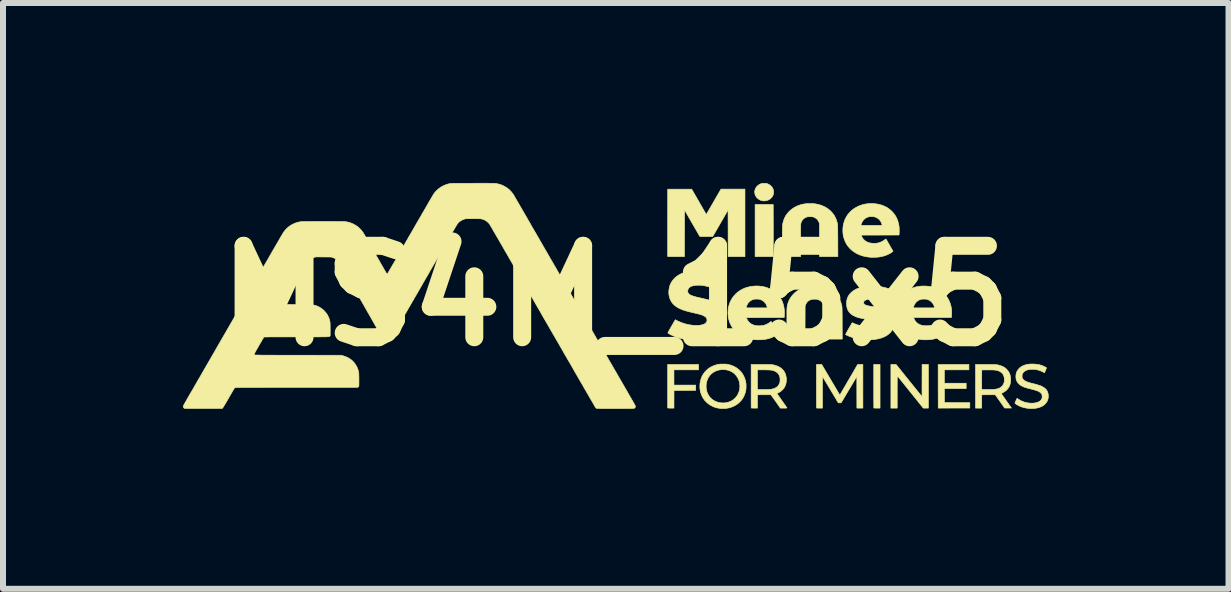
<source format=kicad_pcb>
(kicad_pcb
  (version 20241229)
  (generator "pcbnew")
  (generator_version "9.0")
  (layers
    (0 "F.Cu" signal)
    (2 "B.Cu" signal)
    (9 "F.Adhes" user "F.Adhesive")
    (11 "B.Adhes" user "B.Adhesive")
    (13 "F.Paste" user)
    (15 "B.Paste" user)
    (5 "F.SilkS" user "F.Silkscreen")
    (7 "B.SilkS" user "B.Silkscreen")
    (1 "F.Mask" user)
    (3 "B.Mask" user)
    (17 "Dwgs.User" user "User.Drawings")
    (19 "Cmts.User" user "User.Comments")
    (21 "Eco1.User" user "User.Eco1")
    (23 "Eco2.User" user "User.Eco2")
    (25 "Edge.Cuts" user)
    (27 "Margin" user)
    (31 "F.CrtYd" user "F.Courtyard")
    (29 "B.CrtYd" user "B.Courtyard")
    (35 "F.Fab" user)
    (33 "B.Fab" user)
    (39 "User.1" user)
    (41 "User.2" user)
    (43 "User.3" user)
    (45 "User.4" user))
  (footprint "MS4M_15x5"
    (layer "F.Cu")
    (at 7.216 1.883)
    (property "Reference" "MS4M_15x5" (at 0 0 0) (layer "F.SilkS") (effects (font (size 1.524 1.524) (thickness 0.3))))
    (attr through_hole)
    (fp_poly (pts (xy 5.212 1.871) (xy 5.127 1.871) (xy 4.91 1.601) (xy 4.693 1.331) (xy 4.692 1.601) (xy 4.692 1.871) (xy 4.587 1.871) (xy 4.587 1.143) (xy 4.673 1.143) (xy 4.889 1.412) (xy 5.106 1.681) (xy 5.106 1.412) (xy 5.107 1.143) (xy 5.212 1.143) (xy 5.212 1.871)) (stroke (width 0.01) (type solid)) (fill yes) (layer "F.SilkS"))
    (fp_poly (pts (xy 4.406 1.871) (xy 4.355 1.871) (xy 4.34 1.871) (xy 4.326 1.871) (xy 4.315 1.87) (xy 4.307 1.87) (xy 4.303 1.869) (xy 4.303 1.869) (xy 4.302 1.867) (xy 4.302 1.859) (xy 4.302 1.848) (xy 4.302 1.832) (xy 4.302 1.813) (xy 4.302 1.79) (xy 4.301 1.764) (xy 4.301 1.734) (xy 4.301 1.702) (xy 4.301 1.668) (xy 4.301 1.631) (xy 4.301 1.593) (xy 4.301 1.553) (xy 4.301 1.511) (xy 4.301 1.143) (xy 4.406 1.143) (xy 4.406 1.871)) (stroke (width 0.01) (type solid)) (fill yes) (layer "F.SilkS"))
    (fp_poly (pts (xy 1.38 1.233) (xy 0.97 1.233) (xy 0.97 1.487) (xy 1.333 1.487) (xy 1.333 1.575) (xy 0.971 1.577) (xy 0.97 1.871) (xy 0.919 1.871) (xy 0.903 1.871) (xy 0.89 1.871) (xy 0.879 1.87) (xy 0.871 1.87) (xy 0.867 1.869) (xy 0.866 1.869) (xy 0.866 1.867) (xy 0.866 1.859) (xy 0.866 1.848) (xy 0.865 1.832) (xy 0.865 1.813) (xy 0.865 1.79) (xy 0.865 1.764) (xy 0.865 1.734) (xy 0.865 1.702) (xy 0.865 1.668) (xy 0.865 1.631) (xy 0.865 1.593) (xy 0.865 1.553) (xy 0.865 1.511) (xy 0.865 1.505) (xy 0.865 1.143) (xy 1.38 1.143) (xy 1.38 1.233)) (stroke (width 0.01) (type solid)) (fill yes) (layer "F.SilkS"))
    (fp_poly (pts (xy 2.626 -1.093) (xy 2.626 -1.048) (xy 2.626 -1.004) (xy 2.626 -0.961) (xy 2.626 -0.92) (xy 2.626 -0.881) (xy 2.626 -0.844) (xy 2.626 -0.81) (xy 2.626 -0.779) (xy 2.626 -0.751) (xy 2.626 -0.726) (xy 2.626 -0.705) (xy 2.626 -0.687) (xy 2.626 -0.673) (xy 2.626 -0.664) (xy 2.626 -0.659) (xy 2.626 -0.659) (xy 2.625 -0.658) (xy 2.624 -0.657) (xy 2.622 -0.656) (xy 2.618 -0.656) (xy 2.612 -0.656) (xy 2.605 -0.655) (xy 2.594 -0.655) (xy 2.581 -0.655) (xy 2.564 -0.655) (xy 2.544 -0.655) (xy 2.52 -0.655) (xy 2.491 -0.655) (xy 2.474 -0.655) (xy 2.323 -0.655) (xy 2.323 -1.524) (xy 2.625 -1.524) (xy 2.626 -1.093)) (stroke (width 0.01) (type solid)) (fill yes) (layer "F.SilkS"))
    (fp_poly (pts (xy 2.488 -1.877) (xy 2.498 -1.876) (xy 2.507 -1.876) (xy 2.514 -1.874) (xy 2.521 -1.872) (xy 2.527 -1.87) (xy 2.552 -1.859) (xy 2.574 -1.845) (xy 2.593 -1.828) (xy 2.608 -1.809) (xy 2.62 -1.788) (xy 2.627 -1.768) (xy 2.631 -1.745) (xy 2.632 -1.73) (xy 2.63 -1.706) (xy 2.624 -1.684) (xy 2.615 -1.663) (xy 2.601 -1.644) (xy 2.588 -1.63) (xy 2.568 -1.613) (xy 2.546 -1.6) (xy 2.523 -1.591) (xy 2.516 -1.589) (xy 2.501 -1.586) (xy 2.484 -1.584) (xy 2.467 -1.584) (xy 2.452 -1.584) (xy 2.448 -1.585) (xy 2.421 -1.592) (xy 2.398 -1.602) (xy 2.377 -1.616) (xy 2.359 -1.631) (xy 2.342 -1.651) (xy 2.329 -1.673) (xy 2.321 -1.695) (xy 2.317 -1.719) (xy 2.316 -1.742) (xy 2.32 -1.764) (xy 2.328 -1.786) (xy 2.339 -1.807) (xy 2.354 -1.826) (xy 2.372 -1.843) (xy 2.394 -1.858) (xy 2.419 -1.869) (xy 2.422 -1.87) (xy 2.43 -1.873) (xy 2.438 -1.875) (xy 2.445 -1.876) (xy 2.455 -1.876) (xy 2.467 -1.877) (xy 2.474 -1.877) (xy 2.488 -1.877)) (stroke (width 0.01) (type solid)) (fill yes) (layer "F.SilkS"))
    (fp_poly (pts (xy 5.888 1.233) (xy 5.478 1.233) (xy 5.478 1.456) (xy 5.842 1.456) (xy 5.842 1.546) (xy 5.478 1.546) (xy 5.479 1.663) (xy 5.479 1.779) (xy 5.684 1.78) (xy 5.716 1.78) (xy 5.746 1.78) (xy 5.774 1.78) (xy 5.801 1.78) (xy 5.825 1.78) (xy 5.846 1.78) (xy 5.864 1.78) (xy 5.878 1.78) (xy 5.889 1.78) (xy 5.895 1.78) (xy 5.896 1.78) (xy 5.903 1.78) (xy 5.903 1.825) (xy 5.902 1.87) (xy 5.639 1.87) (xy 5.376 1.871) (xy 5.375 1.509) (xy 5.375 1.468) (xy 5.375 1.427) (xy 5.375 1.389) (xy 5.375 1.352) (xy 5.375 1.317) (xy 5.375 1.285) (xy 5.375 1.255) (xy 5.375 1.228) (xy 5.375 1.205) (xy 5.375 1.185) (xy 5.375 1.169) (xy 5.375 1.157) (xy 5.375 1.149) (xy 5.375 1.146) (xy 5.375 1.145) (xy 5.378 1.145) (xy 5.385 1.145) (xy 5.397 1.144) (xy 5.414 1.144) (xy 5.436 1.144) (xy 5.463 1.143) (xy 5.494 1.143) (xy 5.53 1.143) (xy 5.57 1.143) (xy 5.615 1.143) (xy 5.632 1.143) (xy 5.888 1.143) (xy 5.888 1.233)) (stroke (width 0.01) (type solid)) (fill yes) (layer "F.SilkS"))
    (fp_poly (pts (xy 2.154 -0.655) (xy 1.873 -0.655) (xy 1.873 -1.043) (xy 1.872 -1.432) (xy 1.617 -0.99) (xy 1.402 -0.99) (xy 1.274 -1.211) (xy 1.147 -1.432) (xy 1.145 -0.655) (xy 1.006 -0.655) (xy 0.975 -0.655) (xy 0.949 -0.655) (xy 0.927 -0.655) (xy 0.909 -0.655) (xy 0.894 -0.655) (xy 0.883 -0.656) (xy 0.875 -0.656) (xy 0.87 -0.656) (xy 0.867 -0.657) (xy 0.866 -0.658) (xy 0.866 -0.66) (xy 0.866 -0.668) (xy 0.865 -0.679) (xy 0.865 -0.695) (xy 0.865 -0.716) (xy 0.865 -0.739) (xy 0.865 -0.767) (xy 0.865 -0.798) (xy 0.865 -0.832) (xy 0.865 -0.868) (xy 0.865 -0.908) (xy 0.865 -0.95) (xy 0.865 -0.994) (xy 0.865 -1.041) (xy 0.865 -1.089) (xy 0.865 -1.139) (xy 0.865 -1.19) (xy 0.865 -1.22) (xy 0.866 -1.779) (xy 1.266 -1.779) (xy 1.387 -1.569) (xy 1.404 -1.539) (xy 1.42 -1.511) (xy 1.436 -1.484) (xy 1.45 -1.459) (xy 1.463 -1.436) (xy 1.475 -1.416) (xy 1.486 -1.398) (xy 1.494 -1.383) (xy 1.501 -1.371) (xy 1.506 -1.363) (xy 1.509 -1.359) (xy 1.509 -1.358) (xy 1.511 -1.36) (xy 1.514 -1.366) (xy 1.52 -1.376) (xy 1.528 -1.389) (xy 1.537 -1.405) (xy 1.548 -1.424) (xy 1.561 -1.446) (xy 1.575 -1.469) (xy 1.589 -1.495) (xy 1.605 -1.522) (xy 1.622 -1.551) (xy 1.632 -1.569) (xy 1.754 -1.78) (xy 2.154 -1.78) (xy 2.154 -0.655)) (stroke (width 0.01) (type solid)) (fill yes) (layer "F.SilkS"))
    (fp_poly (pts (xy 3.578 1.388) (xy 3.597 1.42) (xy 3.615 1.451) (xy 3.633 1.48) (xy 3.649 1.508) (xy 3.665 1.534) (xy 3.679 1.558) (xy 3.692 1.58) (xy 3.703 1.599) (xy 3.712 1.615) (xy 3.72 1.627) (xy 3.725 1.636) (xy 3.729 1.642) (xy 3.729 1.643) (xy 3.736 1.653) (xy 3.885 1.398) (xy 4.033 1.143) (xy 4.077 1.143) (xy 4.12 1.143) (xy 4.12 1.871) (xy 4.02 1.871) (xy 4.019 1.607) (xy 4.019 1.343) (xy 3.896 1.55) (xy 3.878 1.58) (xy 3.861 1.608) (xy 3.845 1.635) (xy 3.83 1.661) (xy 3.816 1.684) (xy 3.803 1.706) (xy 3.792 1.725) (xy 3.782 1.741) (xy 3.774 1.754) (xy 3.769 1.763) (xy 3.765 1.769) (xy 3.764 1.77) (xy 3.756 1.783) (xy 3.71 1.783) (xy 3.58 1.566) (xy 3.562 1.536) (xy 3.545 1.507) (xy 3.529 1.48) (xy 3.513 1.455) (xy 3.499 1.431) (xy 3.486 1.41) (xy 3.475 1.392) (xy 3.466 1.376) (xy 3.458 1.364) (xy 3.452 1.355) (xy 3.449 1.35) (xy 3.448 1.348) (xy 3.448 1.351) (xy 3.447 1.358) (xy 3.447 1.369) (xy 3.447 1.384) (xy 3.447 1.403) (xy 3.447 1.425) (xy 3.446 1.45) (xy 3.446 1.477) (xy 3.446 1.508) (xy 3.446 1.54) (xy 3.446 1.574) (xy 3.446 1.609) (xy 3.446 1.871) (xy 3.398 1.871) (xy 3.383 1.871) (xy 3.37 1.871) (xy 3.359 1.87) (xy 3.351 1.87) (xy 3.348 1.869) (xy 3.348 1.869) (xy 3.347 1.867) (xy 3.347 1.859) (xy 3.347 1.848) (xy 3.347 1.832) (xy 3.347 1.813) (xy 3.347 1.79) (xy 3.346 1.764) (xy 3.346 1.734) (xy 3.346 1.702) (xy 3.346 1.668) (xy 3.346 1.631) (xy 3.346 1.593) (xy 3.346 1.553) (xy 3.346 1.511) (xy 3.346 1.143) (xy 3.433 1.143) (xy 3.578 1.388)) (stroke (width 0.01) (type solid)) (fill yes) (layer "F.SilkS"))
    (fp_poly (pts (xy 3.347 -0.164) (xy 3.379 -0.162) (xy 3.408 -0.159) (xy 3.436 -0.153) (xy 3.465 -0.146) (xy 3.489 -0.139) (xy 3.531 -0.123) (xy 3.571 -0.103) (xy 3.608 -0.079) (xy 3.642 -0.053) (xy 3.672 -0.023) (xy 3.699 0.009) (xy 3.722 0.044) (xy 3.742 0.081) (xy 3.757 0.121) (xy 3.76 0.131) (xy 3.762 0.139) (xy 3.764 0.146) (xy 3.766 0.152) (xy 3.767 0.159) (xy 3.769 0.165) (xy 3.77 0.172) (xy 3.771 0.18) (xy 3.772 0.189) (xy 3.772 0.199) (xy 3.773 0.211) (xy 3.773 0.225) (xy 3.774 0.242) (xy 3.774 0.261) (xy 3.774 0.283) (xy 3.775 0.308) (xy 3.775 0.337) (xy 3.775 0.369) (xy 3.775 0.406) (xy 3.775 0.448) (xy 3.775 0.457) (xy 3.776 0.72) (xy 3.471 0.72) (xy 3.47 0.443) (xy 3.469 0.165) (xy 3.464 0.15) (xy 3.452 0.126) (xy 3.437 0.104) (xy 3.418 0.086) (xy 3.396 0.072) (xy 3.371 0.061) (xy 3.367 0.059) (xy 3.357 0.057) (xy 3.344 0.056) (xy 3.328 0.055) (xy 3.311 0.055) (xy 3.295 0.055) (xy 3.28 0.056) (xy 3.269 0.058) (xy 3.265 0.058) (xy 3.25 0.063) (xy 3.234 0.071) (xy 3.218 0.079) (xy 3.206 0.088) (xy 3.192 0.102) (xy 3.18 0.119) (xy 3.169 0.138) (xy 3.163 0.152) (xy 3.157 0.172) (xy 3.156 0.446) (xy 3.155 0.72) (xy 2.853 0.72) (xy 2.853 0.465) (xy 2.853 0.422) (xy 2.853 0.384) (xy 2.853 0.35) (xy 2.853 0.32) (xy 2.853 0.293) (xy 2.853 0.27) (xy 2.853 0.25) (xy 2.854 0.233) (xy 2.854 0.218) (xy 2.855 0.205) (xy 2.856 0.194) (xy 2.857 0.184) (xy 2.858 0.175) (xy 2.859 0.167) (xy 2.86 0.16) (xy 2.862 0.153) (xy 2.864 0.146) (xy 2.866 0.138) (xy 2.867 0.133) (xy 2.881 0.093) (xy 2.899 0.055) (xy 2.922 0.019) (xy 2.948 -0.014) (xy 2.978 -0.045) (xy 3.011 -0.073) (xy 3.048 -0.097) (xy 3.085 -0.117) (xy 3.12 -0.132) (xy 3.156 -0.144) (xy 3.192 -0.154) (xy 3.23 -0.16) (xy 3.271 -0.163) (xy 3.312 -0.165) (xy 3.347 -0.164)) (stroke (width 0.01) (type solid)) (fill yes) (layer "F.SilkS"))
    (fp_poly (pts (xy 3.255 -1.539) (xy 3.275 -1.539) (xy 3.293 -1.538) (xy 3.308 -1.537) (xy 3.314 -1.536) (xy 3.362 -1.528) (xy 3.408 -1.516) (xy 3.451 -1.5) (xy 3.491 -1.481) (xy 3.529 -1.458) (xy 3.563 -1.432) (xy 3.594 -1.403) (xy 3.621 -1.371) (xy 3.645 -1.337) (xy 3.665 -1.299) (xy 3.681 -1.26) (xy 3.687 -1.238) (xy 3.689 -1.231) (xy 3.691 -1.224) (xy 3.693 -1.217) (xy 3.694 -1.21) (xy 3.696 -1.204) (xy 3.697 -1.197) (xy 3.698 -1.189) (xy 3.698 -1.18) (xy 3.699 -1.169) (xy 3.7 -1.157) (xy 3.7 -1.142) (xy 3.7 -1.126) (xy 3.701 -1.106) (xy 3.701 -1.084) (xy 3.701 -1.058) (xy 3.701 -1.029) (xy 3.702 -0.995) (xy 3.702 -0.958) (xy 3.702 -0.916) (xy 3.702 -0.915) (xy 3.703 -0.655) (xy 3.397 -0.655) (xy 3.397 -0.931) (xy 3.396 -1.208) (xy 3.39 -1.224) (xy 3.377 -1.25) (xy 3.362 -1.271) (xy 3.343 -1.289) (xy 3.322 -1.304) (xy 3.297 -1.314) (xy 3.296 -1.315) (xy 3.288 -1.317) (xy 3.281 -1.318) (xy 3.273 -1.319) (xy 3.263 -1.32) (xy 3.249 -1.32) (xy 3.24 -1.32) (xy 3.224 -1.32) (xy 3.212 -1.32) (xy 3.203 -1.319) (xy 3.195 -1.318) (xy 3.188 -1.316) (xy 3.184 -1.315) (xy 3.159 -1.304) (xy 3.137 -1.29) (xy 3.119 -1.273) (xy 3.103 -1.252) (xy 3.092 -1.228) (xy 3.087 -1.212) (xy 3.086 -1.209) (xy 3.086 -1.206) (xy 3.085 -1.202) (xy 3.084 -1.198) (xy 3.084 -1.193) (xy 3.084 -1.186) (xy 3.083 -1.178) (xy 3.083 -1.168) (xy 3.083 -1.156) (xy 3.083 -1.141) (xy 3.082 -1.124) (xy 3.082 -1.104) (xy 3.082 -1.08) (xy 3.082 -1.053) (xy 3.082 -1.022) (xy 3.082 -0.987) (xy 3.082 -0.948) (xy 3.082 -0.655) (xy 2.777 -0.655) (xy 2.777 -0.899) (xy 2.777 -0.941) (xy 2.777 -0.979) (xy 2.777 -1.013) (xy 2.777 -1.043) (xy 2.777 -1.069) (xy 2.778 -1.092) (xy 2.778 -1.112) (xy 2.778 -1.129) (xy 2.779 -1.144) (xy 2.779 -1.157) (xy 2.78 -1.168) (xy 2.781 -1.178) (xy 2.782 -1.187) (xy 2.783 -1.195) (xy 2.784 -1.203) (xy 2.786 -1.21) (xy 2.787 -1.216) (xy 2.795 -1.246) (xy 2.805 -1.276) (xy 2.818 -1.305) (xy 2.831 -1.332) (xy 2.836 -1.34) (xy 2.862 -1.375) (xy 2.891 -1.408) (xy 2.923 -1.437) (xy 2.959 -1.463) (xy 2.998 -1.486) (xy 3.039 -1.505) (xy 3.084 -1.52) (xy 3.131 -1.531) (xy 3.165 -1.536) (xy 3.178 -1.538) (xy 3.194 -1.539) (xy 3.213 -1.539) (xy 3.234 -1.539) (xy 3.255 -1.539)) (stroke (width 0.01) (type solid)) (fill yes) (layer "F.SilkS"))
    (fp_poly (pts (xy 1.807 1.137) (xy 1.823 1.137) (xy 1.835 1.138) (xy 1.845 1.138) (xy 1.854 1.139) (xy 1.862 1.14) (xy 1.87 1.142) (xy 1.873 1.143) (xy 1.917 1.154) (xy 1.958 1.17) (xy 1.996 1.189) (xy 2.03 1.212) (xy 2.061 1.238) (xy 2.089 1.267) (xy 2.113 1.3) (xy 2.134 1.336) (xy 2.15 1.374) (xy 2.163 1.416) (xy 2.168 1.437) (xy 2.17 1.453) (xy 2.172 1.473) (xy 2.173 1.495) (xy 2.172 1.518) (xy 2.172 1.54) (xy 2.17 1.561) (xy 2.168 1.578) (xy 2.167 1.583) (xy 2.155 1.625) (xy 2.14 1.664) (xy 2.121 1.701) (xy 2.098 1.735) (xy 2.071 1.765) (xy 2.042 1.792) (xy 2.009 1.816) (xy 1.973 1.836) (xy 1.934 1.853) (xy 1.893 1.866) (xy 1.849 1.874) (xy 1.839 1.876) (xy 1.825 1.877) (xy 1.808 1.877) (xy 1.789 1.878) (xy 1.77 1.878) (xy 1.752 1.877) (xy 1.737 1.876) (xy 1.735 1.875) (xy 1.692 1.868) (xy 1.651 1.857) (xy 1.613 1.841) (xy 1.577 1.822) (xy 1.543 1.799) (xy 1.513 1.773) (xy 1.485 1.744) (xy 1.461 1.711) (xy 1.441 1.676) (xy 1.425 1.639) (xy 1.413 1.602) (xy 1.408 1.581) (xy 1.405 1.561) (xy 1.403 1.541) (xy 1.402 1.518) (xy 1.402 1.506) (xy 1.402 1.503) (xy 1.506 1.503) (xy 1.507 1.533) (xy 1.513 1.57) (xy 1.522 1.605) (xy 1.536 1.637) (xy 1.554 1.668) (xy 1.575 1.695) (xy 1.6 1.719) (xy 1.628 1.74) (xy 1.659 1.757) (xy 1.693 1.77) (xy 1.712 1.776) (xy 1.747 1.782) (xy 1.784 1.785) (xy 1.821 1.783) (xy 1.835 1.782) (xy 1.871 1.774) (xy 1.905 1.762) (xy 1.937 1.746) (xy 1.965 1.727) (xy 1.991 1.704) (xy 2.013 1.678) (xy 2.032 1.649) (xy 2.047 1.618) (xy 2.059 1.585) (xy 2.066 1.549) (xy 2.069 1.512) (xy 2.069 1.507) (xy 2.066 1.469) (xy 2.06 1.433) (xy 2.049 1.399) (xy 2.034 1.368) (xy 2.016 1.339) (xy 1.994 1.313) (xy 1.97 1.29) (xy 1.942 1.27) (xy 1.911 1.254) (xy 1.878 1.241) (xy 1.843 1.233) (xy 1.806 1.229) (xy 1.789 1.228) (xy 1.751 1.231) (xy 1.714 1.237) (xy 1.679 1.248) (xy 1.647 1.262) (xy 1.617 1.281) (xy 1.59 1.303) (xy 1.566 1.329) (xy 1.562 1.335) (xy 1.542 1.364) (xy 1.527 1.396) (xy 1.516 1.431) (xy 1.509 1.466) (xy 1.506 1.503) (xy 1.402 1.503) (xy 1.404 1.463) (xy 1.411 1.421) (xy 1.422 1.381) (xy 1.437 1.343) (xy 1.457 1.307) (xy 1.482 1.273) (xy 1.486 1.268) (xy 1.514 1.238) (xy 1.545 1.212) (xy 1.579 1.19) (xy 1.616 1.171) (xy 1.657 1.155) (xy 1.699 1.143) (xy 1.702 1.143) (xy 1.711 1.141) (xy 1.719 1.139) (xy 1.728 1.138) (xy 1.737 1.138) (xy 1.749 1.137) (xy 1.763 1.137) (xy 1.781 1.137) (xy 1.788 1.137) (xy 1.807 1.137)) (stroke (width 0.01) (type solid)) (fill yes) (layer "F.SilkS"))
    (fp_poly (pts (xy 6.167 1.144) (xy 6.202 1.144) (xy 6.232 1.144) (xy 6.258 1.144) (xy 6.281 1.145) (xy 6.3 1.145) (xy 6.316 1.145) (xy 6.33 1.146) (xy 6.342 1.147) (xy 6.352 1.148) (xy 6.361 1.149) (xy 6.37 1.15) (xy 6.378 1.152) (xy 6.386 1.154) (xy 6.394 1.157) (xy 6.402 1.159) (xy 6.434 1.17) (xy 6.463 1.183) (xy 6.488 1.199) (xy 6.512 1.219) (xy 6.513 1.22) (xy 6.535 1.244) (xy 6.553 1.27) (xy 6.567 1.299) (xy 6.577 1.33) (xy 6.582 1.364) (xy 6.584 1.38) (xy 6.584 1.417) (xy 6.579 1.452) (xy 6.571 1.484) (xy 6.558 1.514) (xy 6.541 1.541) (xy 6.52 1.566) (xy 6.496 1.587) (xy 6.467 1.606) (xy 6.453 1.614) (xy 6.426 1.627) (xy 6.44 1.647) (xy 6.444 1.653) (xy 6.451 1.662) (xy 6.459 1.675) (xy 6.47 1.69) (xy 6.482 1.707) (xy 6.495 1.726) (xy 6.509 1.746) (xy 6.524 1.766) (xy 6.525 1.768) (xy 6.597 1.87) (xy 6.541 1.87) (xy 6.522 1.87) (xy 6.508 1.87) (xy 6.497 1.87) (xy 6.489 1.87) (xy 6.485 1.869) (xy 6.483 1.868) (xy 6.481 1.865) (xy 6.476 1.859) (xy 6.469 1.85) (xy 6.461 1.837) (xy 6.45 1.823) (xy 6.438 1.806) (xy 6.425 1.787) (xy 6.411 1.767) (xy 6.403 1.756) (xy 6.327 1.648) (xy 6.216 1.648) (xy 6.193 1.648) (xy 6.172 1.649) (xy 6.152 1.649) (xy 6.136 1.649) (xy 6.122 1.649) (xy 6.111 1.649) (xy 6.105 1.65) (xy 6.103 1.65) (xy 6.103 1.653) (xy 6.102 1.66) (xy 6.102 1.671) (xy 6.101 1.685) (xy 6.101 1.702) (xy 6.101 1.722) (xy 6.101 1.743) (xy 6.101 1.761) (xy 6.101 1.871) (xy 5.998 1.871) (xy 5.998 1.473) (xy 6.101 1.473) (xy 6.101 1.495) (xy 6.101 1.514) (xy 6.101 1.53) (xy 6.102 1.543) (xy 6.102 1.552) (xy 6.102 1.557) (xy 6.102 1.558) (xy 6.105 1.558) (xy 6.112 1.559) (xy 6.122 1.56) (xy 6.136 1.56) (xy 6.152 1.56) (xy 6.17 1.561) (xy 6.189 1.561) (xy 6.209 1.561) (xy 6.23 1.561) (xy 6.249 1.56) (xy 6.268 1.56) (xy 6.284 1.56) (xy 6.299 1.559) (xy 6.31 1.559) (xy 6.315 1.558) (xy 6.348 1.553) (xy 6.378 1.545) (xy 6.403 1.534) (xy 6.425 1.519) (xy 6.444 1.502) (xy 6.458 1.482) (xy 6.462 1.474) (xy 6.47 1.456) (xy 6.476 1.438) (xy 6.478 1.419) (xy 6.479 1.397) (xy 6.479 1.388) (xy 6.476 1.36) (xy 6.469 1.334) (xy 6.459 1.312) (xy 6.445 1.292) (xy 6.427 1.276) (xy 6.405 1.262) (xy 6.4 1.259) (xy 6.388 1.253) (xy 6.376 1.248) (xy 6.364 1.244) (xy 6.351 1.241) (xy 6.336 1.239) (xy 6.32 1.237) (xy 6.301 1.235) (xy 6.279 1.234) (xy 6.254 1.234) (xy 6.225 1.234) (xy 6.194 1.234) (xy 6.102 1.235) (xy 6.101 1.395) (xy 6.101 1.422) (xy 6.101 1.448) (xy 6.101 1.473) (xy 5.998 1.473) (xy 5.998 1.143) (xy 6.167 1.144)) (stroke (width 0.01) (type solid)) (fill yes) (layer "F.SilkS"))
    (fp_poly (pts (xy 4.298 -1.539) (xy 4.345 -1.534) (xy 4.392 -1.525) (xy 4.403 -1.522) (xy 4.447 -1.509) (xy 4.488 -1.491) (xy 4.528 -1.47) (xy 4.564 -1.444) (xy 4.597 -1.416) (xy 4.627 -1.384) (xy 4.653 -1.35) (xy 4.669 -1.324) (xy 4.687 -1.289) (xy 4.702 -1.251) (xy 4.713 -1.21) (xy 4.722 -1.168) (xy 4.722 -1.163) (xy 4.724 -1.148) (xy 4.725 -1.129) (xy 4.726 -1.108) (xy 4.726 -1.086) (xy 4.726 -1.065) (xy 4.725 -1.046) (xy 4.724 -1.032) (xy 4.722 -1.015) (xy 4.407 -1.014) (xy 4.093 -1.014) (xy 4.094 -1.007) (xy 4.098 -0.996) (xy 4.104 -0.983) (xy 4.111 -0.97) (xy 4.12 -0.957) (xy 4.123 -0.952) (xy 4.143 -0.931) (xy 4.165 -0.913) (xy 4.191 -0.898) (xy 4.22 -0.887) (xy 4.253 -0.88) (xy 4.278 -0.877) (xy 4.318 -0.876) (xy 4.356 -0.879) (xy 4.392 -0.887) (xy 4.426 -0.9) (xy 4.458 -0.917) (xy 4.489 -0.938) (xy 4.492 -0.941) (xy 4.498 -0.946) (xy 4.503 -0.949) (xy 4.505 -0.95) (xy 4.506 -0.948) (xy 4.509 -0.941) (xy 4.515 -0.932) (xy 4.522 -0.92) (xy 4.531 -0.904) (xy 4.541 -0.887) (xy 4.552 -0.868) (xy 4.563 -0.848) (xy 4.564 -0.846) (xy 4.623 -0.744) (xy 4.609 -0.733) (xy 4.578 -0.712) (xy 4.542 -0.693) (xy 4.503 -0.676) (xy 4.461 -0.663) (xy 4.417 -0.653) (xy 4.387 -0.648) (xy 4.372 -0.647) (xy 4.353 -0.645) (xy 4.332 -0.644) (xy 4.31 -0.644) (xy 4.288 -0.643) (xy 4.267 -0.643) (xy 4.249 -0.644) (xy 4.234 -0.645) (xy 4.182 -0.652) (xy 4.133 -0.662) (xy 4.086 -0.676) (xy 4.042 -0.694) (xy 4.001 -0.715) (xy 3.964 -0.739) (xy 3.929 -0.766) (xy 3.898 -0.797) (xy 3.87 -0.83) (xy 3.846 -0.865) (xy 3.826 -0.904) (xy 3.81 -0.944) (xy 3.797 -0.987) (xy 3.789 -1.032) (xy 3.786 -1.079) (xy 3.786 -1.093) (xy 3.788 -1.141) (xy 3.793 -1.175) (xy 4.086 -1.175) (xy 4.263 -1.175) (xy 4.297 -1.175) (xy 4.326 -1.175) (xy 4.351 -1.175) (xy 4.372 -1.175) (xy 4.389 -1.175) (xy 4.403 -1.175) (xy 4.415 -1.175) (xy 4.423 -1.176) (xy 4.43 -1.176) (xy 4.434 -1.176) (xy 4.437 -1.177) (xy 4.439 -1.177) (xy 4.44 -1.178) (xy 4.44 -1.179) (xy 4.44 -1.18) (xy 4.439 -1.186) (xy 4.437 -1.195) (xy 4.433 -1.207) (xy 4.428 -1.218) (xy 4.424 -1.229) (xy 4.42 -1.237) (xy 4.404 -1.26) (xy 4.385 -1.28) (xy 4.362 -1.297) (xy 4.337 -1.31) (xy 4.316 -1.317) (xy 4.301 -1.32) (xy 4.282 -1.322) (xy 4.262 -1.322) (xy 4.242 -1.322) (xy 4.225 -1.32) (xy 4.217 -1.318) (xy 4.189 -1.309) (xy 4.165 -1.296) (xy 4.143 -1.279) (xy 4.124 -1.258) (xy 4.108 -1.234) (xy 4.096 -1.207) (xy 4.091 -1.192) (xy 4.086 -1.175) (xy 3.793 -1.175) (xy 3.795 -1.187) (xy 3.806 -1.231) (xy 3.821 -1.273) (xy 3.841 -1.312) (xy 3.864 -1.35) (xy 3.892 -1.384) (xy 3.923 -1.416) (xy 3.958 -1.445) (xy 3.996 -1.47) (xy 4.038 -1.492) (xy 4.068 -1.505) (xy 4.11 -1.519) (xy 4.155 -1.53) (xy 4.202 -1.537) (xy 4.25 -1.54) (xy 4.298 -1.539)) (stroke (width 0.01) (type solid)) (fill yes) (layer "F.SilkS"))
    (fp_poly (pts (xy 2.428 1.144) (xy 2.462 1.144) (xy 2.492 1.144) (xy 2.517 1.144) (xy 2.539 1.145) (xy 2.557 1.145) (xy 2.572 1.145) (xy 2.584 1.146) (xy 2.595 1.146) (xy 2.603 1.147) (xy 2.61 1.147) (xy 2.615 1.148) (xy 2.62 1.149) (xy 2.621 1.149) (xy 2.66 1.158) (xy 2.696 1.171) (xy 2.727 1.186) (xy 2.755 1.204) (xy 2.779 1.225) (xy 2.798 1.246) (xy 2.815 1.273) (xy 2.828 1.302) (xy 2.837 1.333) (xy 2.843 1.365) (xy 2.845 1.398) (xy 2.843 1.431) (xy 2.837 1.463) (xy 2.827 1.494) (xy 2.813 1.523) (xy 2.811 1.527) (xy 2.797 1.547) (xy 2.78 1.566) (xy 2.76 1.584) (xy 2.738 1.6) (xy 2.717 1.613) (xy 2.704 1.618) (xy 2.695 1.622) (xy 2.689 1.626) (xy 2.688 1.628) (xy 2.688 1.628) (xy 2.689 1.631) (xy 2.693 1.637) (xy 2.7 1.646) (xy 2.708 1.658) (xy 2.719 1.673) (xy 2.731 1.69) (xy 2.744 1.709) (xy 2.758 1.729) (xy 2.771 1.747) (xy 2.786 1.769) (xy 2.8 1.789) (xy 2.813 1.807) (xy 2.825 1.824) (xy 2.835 1.839) (xy 2.843 1.85) (xy 2.849 1.859) (xy 2.853 1.865) (xy 2.854 1.867) (xy 2.854 1.868) (xy 2.853 1.869) (xy 2.849 1.87) (xy 2.843 1.87) (xy 2.834 1.871) (xy 2.821 1.871) (xy 2.804 1.871) (xy 2.8 1.871) (xy 2.744 1.871) (xy 2.666 1.759) (xy 2.651 1.738) (xy 2.637 1.719) (xy 2.624 1.701) (xy 2.613 1.685) (xy 2.603 1.672) (xy 2.595 1.661) (xy 2.589 1.653) (xy 2.585 1.648) (xy 2.584 1.648) (xy 2.581 1.648) (xy 2.574 1.648) (xy 2.563 1.648) (xy 2.548 1.648) (xy 2.531 1.648) (xy 2.511 1.648) (xy 2.489 1.648) (xy 2.472 1.648) (xy 2.362 1.649) (xy 2.362 1.871) (xy 2.311 1.871) (xy 2.296 1.871) (xy 2.282 1.871) (xy 2.271 1.87) (xy 2.263 1.87) (xy 2.259 1.869) (xy 2.258 1.869) (xy 2.258 1.867) (xy 2.258 1.859) (xy 2.258 1.848) (xy 2.258 1.832) (xy 2.257 1.813) (xy 2.257 1.79) (xy 2.257 1.764) (xy 2.257 1.734) (xy 2.257 1.702) (xy 2.257 1.668) (xy 2.257 1.631) (xy 2.257 1.593) (xy 2.257 1.553) (xy 2.257 1.511) (xy 2.257 1.233) (xy 2.362 1.233) (xy 2.362 1.561) (xy 2.457 1.561) (xy 2.479 1.561) (xy 2.501 1.56) (xy 2.521 1.56) (xy 2.54 1.56) (xy 2.555 1.559) (xy 2.568 1.559) (xy 2.576 1.558) (xy 2.576 1.558) (xy 2.61 1.553) (xy 2.639 1.544) (xy 2.665 1.533) (xy 2.687 1.518) (xy 2.706 1.5) (xy 2.72 1.48) (xy 2.731 1.456) (xy 2.732 1.452) (xy 2.735 1.443) (xy 2.737 1.435) (xy 2.738 1.427) (xy 2.739 1.416) (xy 2.739 1.403) (xy 2.739 1.399) (xy 2.739 1.381) (xy 2.738 1.366) (xy 2.735 1.353) (xy 2.732 1.341) (xy 2.727 1.328) (xy 2.724 1.321) (xy 2.711 1.301) (xy 2.695 1.283) (xy 2.675 1.267) (xy 2.652 1.255) (xy 2.626 1.245) (xy 2.619 1.243) (xy 2.609 1.241) (xy 2.598 1.239) (xy 2.586 1.237) (xy 2.573 1.236) (xy 2.558 1.235) (xy 2.54 1.234) (xy 2.519 1.234) (xy 2.494 1.233) (xy 2.465 1.233) (xy 2.457 1.233) (xy 2.362 1.233) (xy 2.257 1.233) (xy 2.257 1.143) (xy 2.428 1.144)) (stroke (width 0.01) (type solid)) (fill yes) (layer "F.SilkS"))
    (fp_poly (pts (xy 2.385 -0.164) (xy 2.432 -0.159) (xy 2.478 -0.15) (xy 2.522 -0.137) (xy 2.565 -0.12) (xy 2.605 -0.1) (xy 2.623 -0.089) (xy 2.659 -0.062) (xy 2.692 -0.033) (xy 2.721 -0.000302) (xy 2.745 0.035) (xy 2.767 0.073) (xy 2.784 0.114) (xy 2.797 0.157) (xy 2.806 0.202) (xy 2.811 0.25) (xy 2.812 0.3) (xy 2.81 0.335) (xy 2.808 0.361) (xy 2.493 0.361) (xy 2.446 0.361) (xy 2.403 0.361) (xy 2.365 0.362) (xy 2.331 0.362) (xy 2.301 0.362) (xy 2.275 0.362) (xy 2.253 0.362) (xy 2.234 0.362) (xy 2.218 0.362) (xy 2.205 0.363) (xy 2.195 0.363) (xy 2.188 0.363) (xy 2.183 0.364) (xy 2.18 0.364) (xy 2.179 0.364) (xy 2.179 0.365) (xy 2.18 0.37) (xy 2.183 0.378) (xy 2.188 0.388) (xy 2.193 0.398) (xy 2.198 0.408) (xy 2.202 0.414) (xy 2.221 0.437) (xy 2.243 0.457) (xy 2.268 0.473) (xy 2.296 0.485) (xy 2.327 0.493) (xy 2.361 0.498) (xy 2.363 0.498) (xy 2.403 0.499) (xy 2.441 0.495) (xy 2.477 0.488) (xy 2.51 0.476) (xy 2.541 0.46) (xy 2.571 0.44) (xy 2.575 0.436) (xy 2.582 0.431) (xy 2.587 0.427) (xy 2.59 0.425) (xy 2.59 0.425) (xy 2.591 0.428) (xy 2.595 0.434) (xy 2.6 0.443) (xy 2.607 0.455) (xy 2.616 0.471) (xy 2.626 0.488) (xy 2.637 0.507) (xy 2.649 0.527) (xy 2.65 0.529) (xy 2.709 0.631) (xy 2.703 0.636) (xy 2.67 0.659) (xy 2.633 0.679) (xy 2.594 0.697) (xy 2.552 0.711) (xy 2.508 0.721) (xy 2.491 0.724) (xy 2.467 0.727) (xy 2.441 0.73) (xy 2.413 0.731) (xy 2.386 0.732) (xy 2.361 0.732) (xy 2.338 0.731) (xy 2.334 0.731) (xy 2.279 0.725) (xy 2.229 0.715) (xy 2.181 0.702) (xy 2.137 0.685) (xy 2.095 0.665) (xy 2.056 0.641) (xy 2.02 0.613) (xy 2.014 0.608) (xy 1.983 0.578) (xy 1.955 0.544) (xy 1.931 0.507) (xy 1.91 0.468) (xy 1.894 0.427) (xy 1.882 0.385) (xy 1.881 0.381) (xy 1.876 0.352) (xy 1.873 0.32) (xy 1.871 0.287) (xy 1.872 0.254) (xy 1.874 0.223) (xy 1.877 0.204) (xy 1.88 0.191) (xy 2.173 0.191) (xy 2.174 0.193) (xy 2.175 0.195) (xy 2.179 0.197) (xy 2.184 0.198) (xy 2.191 0.199) (xy 2.201 0.2) (xy 2.214 0.2) (xy 2.229 0.2) (xy 2.249 0.2) (xy 2.272 0.2) (xy 2.299 0.2) (xy 2.331 0.2) (xy 2.35 0.2) (xy 2.527 0.2) (xy 2.525 0.191) (xy 2.516 0.162) (xy 2.504 0.136) (xy 2.488 0.113) (xy 2.468 0.093) (xy 2.445 0.077) (xy 2.42 0.064) (xy 2.401 0.058) (xy 2.386 0.055) (xy 2.367 0.053) (xy 2.348 0.053) (xy 2.328 0.053) (xy 2.311 0.055) (xy 2.302 0.057) (xy 2.275 0.066) (xy 2.25 0.079) (xy 2.228 0.096) (xy 2.209 0.117) (xy 2.194 0.141) (xy 2.181 0.168) (xy 2.179 0.176) (xy 2.177 0.18) (xy 2.175 0.184) (xy 2.174 0.188) (xy 2.173 0.191) (xy 1.88 0.191) (xy 1.887 0.158) (xy 1.902 0.114) (xy 1.921 0.073) (xy 1.944 0.034) (xy 1.971 -0.001) (xy 2.001 -0.034) (xy 2.035 -0.064) (xy 2.073 -0.09) (xy 2.112 -0.112) (xy 2.154 -0.131) (xy 2.199 -0.145) (xy 2.244 -0.156) (xy 2.291 -0.162) (xy 2.338 -0.165) (xy 2.385 -0.164)) (stroke (width 0.01) (type solid)) (fill yes) (layer "F.SilkS"))
    (fp_poly (pts (xy 5.156 -0.164) (xy 5.18 -0.163) (xy 5.202 -0.161) (xy 5.213 -0.16) (xy 5.262 -0.151) (xy 5.308 -0.138) (xy 5.352 -0.121) (xy 5.392 -0.101) (xy 5.429 -0.077) (xy 5.463 -0.049) (xy 5.493 -0.019) (xy 5.52 0.015) (xy 5.544 0.053) (xy 5.563 0.093) (xy 5.579 0.135) (xy 5.591 0.181) (xy 5.598 0.225) (xy 5.599 0.233) (xy 5.599 0.244) (xy 5.599 0.258) (xy 5.6 0.273) (xy 5.6 0.29) (xy 5.599 0.306) (xy 5.599 0.321) (xy 5.599 0.335) (xy 5.598 0.346) (xy 5.597 0.355) (xy 5.597 0.359) (xy 5.597 0.359) (xy 5.594 0.359) (xy 5.587 0.36) (xy 5.575 0.36) (xy 5.559 0.36) (xy 5.538 0.361) (xy 5.513 0.361) (xy 5.482 0.361) (xy 5.447 0.361) (xy 5.407 0.361) (xy 5.363 0.361) (xy 5.313 0.361) (xy 5.28 0.361) (xy 4.965 0.361) (xy 4.969 0.371) (xy 4.978 0.391) (xy 4.989 0.412) (xy 5.003 0.431) (xy 5.018 0.446) (xy 5.021 0.449) (xy 5.044 0.466) (xy 5.069 0.479) (xy 5.096 0.489) (xy 5.126 0.495) (xy 5.16 0.498) (xy 5.179 0.498) (xy 5.214 0.497) (xy 5.245 0.493) (xy 5.274 0.486) (xy 5.302 0.475) (xy 5.328 0.461) (xy 5.355 0.443) (xy 5.356 0.441) (xy 5.366 0.434) (xy 5.372 0.43) (xy 5.376 0.428) (xy 5.378 0.427) (xy 5.38 0.429) (xy 5.381 0.43) (xy 5.383 0.434) (xy 5.387 0.441) (xy 5.393 0.451) (xy 5.401 0.464) (xy 5.41 0.48) (xy 5.42 0.497) (xy 5.431 0.516) (xy 5.44 0.532) (xy 5.454 0.556) (xy 5.466 0.577) (xy 5.475 0.593) (xy 5.482 0.607) (xy 5.487 0.617) (xy 5.491 0.624) (xy 5.493 0.629) (xy 5.494 0.632) (xy 5.493 0.632) (xy 5.49 0.636) (xy 5.482 0.642) (xy 5.472 0.649) (xy 5.46 0.657) (xy 5.448 0.665) (xy 5.435 0.672) (xy 5.423 0.679) (xy 5.421 0.68) (xy 5.38 0.697) (xy 5.336 0.711) (xy 5.29 0.722) (xy 5.241 0.729) (xy 5.189 0.732) (xy 5.135 0.732) (xy 5.119 0.731) (xy 5.111 0.73) (xy 5.1 0.729) (xy 5.087 0.728) (xy 5.078 0.726) (xy 5.027 0.718) (xy 4.979 0.705) (xy 4.934 0.689) (xy 4.892 0.669) (xy 4.853 0.646) (xy 4.816 0.62) (xy 4.784 0.591) (xy 4.754 0.558) (xy 4.729 0.524) (xy 4.707 0.486) (xy 4.689 0.446) (xy 4.675 0.403) (xy 4.665 0.359) (xy 4.664 0.349) (xy 4.662 0.332) (xy 4.661 0.312) (xy 4.66 0.29) (xy 4.66 0.267) (xy 4.661 0.245) (xy 4.662 0.226) (xy 4.664 0.216) (xy 4.667 0.2) (xy 4.96 0.2) (xy 5.315 0.2) (xy 5.313 0.191) (xy 5.31 0.178) (xy 5.305 0.162) (xy 5.299 0.147) (xy 5.292 0.135) (xy 5.287 0.127) (xy 5.279 0.118) (xy 5.27 0.107) (xy 5.264 0.101) (xy 5.243 0.083) (xy 5.219 0.069) (xy 5.192 0.059) (xy 5.186 0.057) (xy 5.17 0.054) (xy 5.152 0.053) (xy 5.132 0.053) (xy 5.112 0.054) (xy 5.095 0.056) (xy 5.087 0.058) (xy 5.059 0.068) (xy 5.035 0.082) (xy 5.013 0.099) (xy 4.995 0.12) (xy 4.98 0.145) (xy 4.968 0.172) (xy 4.962 0.194) (xy 4.96 0.2) (xy 4.667 0.2) (xy 4.672 0.17) (xy 4.685 0.127) (xy 4.703 0.086) (xy 4.724 0.047) (xy 4.749 0.011) (xy 4.777 -0.022) (xy 4.809 -0.052) (xy 4.844 -0.079) (xy 4.883 -0.102) (xy 4.924 -0.123) (xy 4.968 -0.139) (xy 5.014 -0.152) (xy 5.062 -0.16) (xy 5.082 -0.162) (xy 5.105 -0.164) (xy 5.13 -0.164) (xy 5.156 -0.164)) (stroke (width 0.01) (type solid)) (fill yes) (layer "F.SilkS"))
    (fp_poly (pts (xy 6.956 1.136) (xy 6.961 1.136) (xy 6.993 1.138) (xy 7.021 1.141) (xy 7.048 1.145) (xy 7.073 1.151) (xy 7.099 1.159) (xy 7.108 1.162) (xy 7.116 1.165) (xy 7.127 1.17) (xy 7.138 1.175) (xy 7.15 1.181) (xy 7.161 1.186) (xy 7.171 1.192) (xy 7.177 1.195) (xy 7.18 1.198) (xy 7.18 1.201) (xy 7.178 1.208) (xy 7.174 1.219) (xy 7.169 1.232) (xy 7.166 1.24) (xy 7.16 1.253) (xy 7.155 1.265) (xy 7.151 1.274) (xy 7.149 1.279) (xy 7.148 1.281) (xy 7.145 1.281) (xy 7.14 1.278) (xy 7.136 1.276) (xy 7.117 1.265) (xy 7.095 1.255) (xy 7.071 1.246) (xy 7.046 1.238) (xy 7.021 1.231) (xy 7.013 1.229) (xy 7.001 1.228) (xy 6.985 1.226) (xy 6.968 1.225) (xy 6.949 1.225) (xy 6.931 1.225) (xy 6.914 1.225) (xy 6.899 1.226) (xy 6.889 1.228) (xy 6.889 1.228) (xy 6.861 1.235) (xy 6.838 1.244) (xy 6.819 1.255) (xy 6.802 1.269) (xy 6.796 1.275) (xy 6.786 1.288) (xy 6.779 1.302) (xy 6.775 1.318) (xy 6.774 1.337) (xy 6.774 1.338) (xy 6.774 1.35) (xy 6.775 1.359) (xy 6.776 1.365) (xy 6.779 1.372) (xy 6.781 1.375) (xy 6.791 1.391) (xy 6.806 1.406) (xy 6.826 1.419) (xy 6.85 1.431) (xy 6.868 1.438) (xy 6.876 1.44) (xy 6.887 1.444) (xy 6.902 1.448) (xy 6.919 1.453) (xy 6.938 1.458) (xy 6.957 1.462) (xy 6.958 1.463) (xy 6.988 1.47) (xy 7.014 1.477) (xy 7.036 1.484) (xy 7.055 1.49) (xy 7.072 1.495) (xy 7.087 1.501) (xy 7.1 1.507) (xy 7.11 1.512) (xy 7.137 1.528) (xy 7.16 1.545) (xy 7.178 1.564) (xy 7.192 1.586) (xy 7.202 1.609) (xy 7.209 1.635) (xy 7.211 1.662) (xy 7.211 1.693) (xy 7.206 1.721) (xy 7.197 1.747) (xy 7.184 1.771) (xy 7.166 1.794) (xy 7.157 1.804) (xy 7.134 1.823) (xy 7.108 1.84) (xy 7.079 1.853) (xy 7.047 1.864) (xy 7.01 1.872) (xy 6.993 1.874) (xy 6.98 1.876) (xy 6.963 1.877) (xy 6.945 1.877) (xy 6.926 1.878) (xy 6.909 1.878) (xy 6.894 1.877) (xy 6.885 1.876) (xy 6.847 1.871) (xy 6.81 1.864) (xy 6.775 1.854) (xy 6.742 1.842) (xy 6.713 1.828) (xy 6.703 1.823) (xy 6.693 1.817) (xy 6.682 1.81) (xy 6.672 1.803) (xy 6.663 1.796) (xy 6.657 1.791) (xy 6.654 1.788) (xy 6.655 1.785) (xy 6.657 1.779) (xy 6.661 1.77) (xy 6.666 1.76) (xy 6.671 1.748) (xy 6.676 1.737) (xy 6.681 1.726) (xy 6.685 1.717) (xy 6.689 1.711) (xy 6.69 1.708) (xy 6.693 1.709) (xy 6.698 1.712) (xy 6.705 1.717) (xy 6.712 1.722) (xy 6.743 1.741) (xy 6.776 1.757) (xy 6.813 1.771) (xy 6.85 1.78) (xy 6.889 1.787) (xy 6.927 1.789) (xy 6.964 1.788) (xy 7 1.783) (xy 7.014 1.78) (xy 7.038 1.772) (xy 7.059 1.762) (xy 7.078 1.749) (xy 7.092 1.733) (xy 7.102 1.718) (xy 7.105 1.71) (xy 7.107 1.704) (xy 7.108 1.696) (xy 7.108 1.686) (xy 7.108 1.679) (xy 7.108 1.662) (xy 7.105 1.648) (xy 7.1 1.636) (xy 7.092 1.625) (xy 7.082 1.615) (xy 7.073 1.608) (xy 7.064 1.601) (xy 7.054 1.595) (xy 7.042 1.589) (xy 7.027 1.583) (xy 7.01 1.577) (xy 6.99 1.571) (xy 6.967 1.564) (xy 6.939 1.557) (xy 6.924 1.553) (xy 6.905 1.548) (xy 6.886 1.543) (xy 6.868 1.539) (xy 6.852 1.534) (xy 6.839 1.53) (xy 6.83 1.528) (xy 6.795 1.515) (xy 6.765 1.5) (xy 6.74 1.484) (xy 6.718 1.465) (xy 6.701 1.445) (xy 6.687 1.422) (xy 6.677 1.397) (xy 6.676 1.392) (xy 6.673 1.377) (xy 6.671 1.36) (xy 6.671 1.34) (xy 6.672 1.321) (xy 6.674 1.303) (xy 6.677 1.291) (xy 6.687 1.262) (xy 6.702 1.237) (xy 6.721 1.213) (xy 6.743 1.193) (xy 6.77 1.175) (xy 6.8 1.16) (xy 6.832 1.149) (xy 6.854 1.144) (xy 6.876 1.14) (xy 6.9 1.137) (xy 6.926 1.136) (xy 6.956 1.136)) (stroke (width 0.01) (type solid)) (fill yes) (layer "F.SilkS"))
    (fp_poly (pts (xy 4.314 -0.164) (xy 4.363 -0.16) (xy 4.408 -0.154) (xy 4.45 -0.147) (xy 4.49 -0.138) (xy 4.53 -0.126) (xy 4.541 -0.122) (xy 4.554 -0.118) (xy 4.567 -0.112) (xy 4.58 -0.107) (xy 4.591 -0.102) (xy 4.601 -0.097) (xy 4.607 -0.094) (xy 4.61 -0.091) (xy 4.61 -0.091) (xy 4.607 -0.085) (xy 4.602 -0.077) (xy 4.596 -0.065) (xy 4.588 -0.052) (xy 4.579 -0.036) (xy 4.57 -0.02) (xy 4.559 -0.002) (xy 4.549 0.015) (xy 4.539 0.033) (xy 4.53 0.049) (xy 4.521 0.064) (xy 4.513 0.077) (xy 4.507 0.088) (xy 4.503 0.095) (xy 4.5 0.099) (xy 4.5 0.1) (xy 4.498 0.101) (xy 4.494 0.101) (xy 4.489 0.099) (xy 4.48 0.096) (xy 4.476 0.094) (xy 4.436 0.079) (xy 4.396 0.067) (xy 4.353 0.058) (xy 4.346 0.057) (xy 4.331 0.055) (xy 4.313 0.054) (xy 4.293 0.053) (xy 4.272 0.053) (xy 4.252 0.053) (xy 4.234 0.054) (xy 4.218 0.055) (xy 4.206 0.057) (xy 4.182 0.063) (xy 4.163 0.071) (xy 4.148 0.081) (xy 4.138 0.092) (xy 4.136 0.096) (xy 4.132 0.107) (xy 4.133 0.119) (xy 4.138 0.131) (xy 4.147 0.141) (xy 4.151 0.145) (xy 4.159 0.149) (xy 4.168 0.154) (xy 4.18 0.158) (xy 4.194 0.162) (xy 4.211 0.166) (xy 4.231 0.17) (xy 4.255 0.174) (xy 4.284 0.178) (xy 4.291 0.179) (xy 4.324 0.185) (xy 4.353 0.189) (xy 4.378 0.194) (xy 4.4 0.198) (xy 4.42 0.203) (xy 4.438 0.207) (xy 4.455 0.212) (xy 4.471 0.218) (xy 4.493 0.226) (xy 4.516 0.237) (xy 4.538 0.249) (xy 4.557 0.262) (xy 4.564 0.267) (xy 4.586 0.288) (xy 4.605 0.313) (xy 4.621 0.34) (xy 4.632 0.369) (xy 4.639 0.401) (xy 4.642 0.435) (xy 4.642 0.459) (xy 4.638 0.493) (xy 4.629 0.526) (xy 4.616 0.556) (xy 4.599 0.584) (xy 4.578 0.611) (xy 4.553 0.634) (xy 4.524 0.656) (xy 4.491 0.675) (xy 4.455 0.692) (xy 4.415 0.705) (xy 4.371 0.717) (xy 4.325 0.725) (xy 4.313 0.727) (xy 4.297 0.728) (xy 4.278 0.729) (xy 4.257 0.73) (xy 4.234 0.731) (xy 4.211 0.732) (xy 4.189 0.732) (xy 4.169 0.731) (xy 4.152 0.731) (xy 4.149 0.73) (xy 4.092 0.724) (xy 4.038 0.716) (xy 3.986 0.704) (xy 3.937 0.69) (xy 3.906 0.68) (xy 3.892 0.674) (xy 3.877 0.667) (xy 3.862 0.661) (xy 3.848 0.654) (xy 3.837 0.648) (xy 3.832 0.645) (xy 3.832 0.644) (xy 3.833 0.641) (xy 3.835 0.635) (xy 3.839 0.628) (xy 3.844 0.617) (xy 3.852 0.604) (xy 3.861 0.587) (xy 3.872 0.567) (xy 3.883 0.549) (xy 3.894 0.529) (xy 3.905 0.511) (xy 3.915 0.494) (xy 3.923 0.48) (xy 3.93 0.467) (xy 3.936 0.458) (xy 3.939 0.453) (xy 3.94 0.451) (xy 3.942 0.449) (xy 3.945 0.448) (xy 3.949 0.449) (xy 3.955 0.452) (xy 3.958 0.454) (xy 3.992 0.469) (xy 4.029 0.482) (xy 4.069 0.494) (xy 4.112 0.503) (xy 4.127 0.506) (xy 4.141 0.508) (xy 4.159 0.51) (xy 4.179 0.511) (xy 4.2 0.512) (xy 4.221 0.512) (xy 4.242 0.512) (xy 4.261 0.511) (xy 4.278 0.51) (xy 4.292 0.509) (xy 4.302 0.507) (xy 4.321 0.501) (xy 4.337 0.493) (xy 4.348 0.484) (xy 4.355 0.473) (xy 4.358 0.46) (xy 4.358 0.457) (xy 4.357 0.446) (xy 4.353 0.437) (xy 4.346 0.429) (xy 4.334 0.422) (xy 4.33 0.419) (xy 4.323 0.416) (xy 4.315 0.413) (xy 4.306 0.41) (xy 4.296 0.407) (xy 4.284 0.405) (xy 4.269 0.402) (xy 4.251 0.399) (xy 4.23 0.395) (xy 4.204 0.392) (xy 4.197 0.391) (xy 4.161 0.385) (xy 4.129 0.38) (xy 4.102 0.375) (xy 4.077 0.37) (xy 4.056 0.365) (xy 4.037 0.36) (xy 4.034 0.359) (xy 3.996 0.345) (xy 3.963 0.329) (xy 3.934 0.311) (xy 3.909 0.29) (xy 3.889 0.267) (xy 3.872 0.241) (xy 3.86 0.212) (xy 3.852 0.181) (xy 3.848 0.147) (xy 3.847 0.114) (xy 3.851 0.08) (xy 3.858 0.048) (xy 3.87 0.018) (xy 3.886 -0.01) (xy 3.906 -0.037) (xy 3.92 -0.051) (xy 3.947 -0.075) (xy 3.978 -0.096) (xy 4.012 -0.115) (xy 4.05 -0.13) (xy 4.091 -0.143) (xy 4.134 -0.153) (xy 4.18 -0.16) (xy 4.228 -0.164) (xy 4.278 -0.165) (xy 4.314 -0.164)) (stroke (width 0.01) (type solid)) (fill yes) (layer "F.SilkS"))
    (fp_poly (pts (xy 1.446 -0.423) (xy 1.508 -0.417) (xy 1.568 -0.408) (xy 1.626 -0.394) (xy 1.681 -0.377) (xy 1.733 -0.356) (xy 1.764 -0.341) (xy 1.774 -0.336) (xy 1.781 -0.332) (xy 1.785 -0.33) (xy 1.786 -0.327) (xy 1.785 -0.325) (xy 1.785 -0.324) (xy 1.783 -0.321) (xy 1.779 -0.314) (xy 1.773 -0.303) (xy 1.765 -0.29) (xy 1.756 -0.274) (xy 1.746 -0.256) (xy 1.735 -0.237) (xy 1.723 -0.216) (xy 1.721 -0.213) (xy 1.66 -0.108) (xy 1.646 -0.114) (xy 1.598 -0.135) (xy 1.551 -0.151) (xy 1.506 -0.163) (xy 1.461 -0.172) (xy 1.417 -0.177) (xy 1.378 -0.178) (xy 1.342 -0.177) (xy 1.31 -0.173) (xy 1.282 -0.167) (xy 1.257 -0.159) (xy 1.237 -0.148) (xy 1.222 -0.135) (xy 1.21 -0.12) (xy 1.203 -0.102) (xy 1.2 -0.084) (xy 1.199 -0.074) (xy 1.2 -0.066) (xy 1.202 -0.06) (xy 1.205 -0.053) (xy 1.211 -0.043) (xy 1.219 -0.033) (xy 1.229 -0.025) (xy 1.241 -0.017) (xy 1.257 -0.009) (xy 1.275 -0.002) (xy 1.297 0.006) (xy 1.323 0.013) (xy 1.352 0.021) (xy 1.386 0.029) (xy 1.405 0.033) (xy 1.444 0.042) (xy 1.478 0.05) (xy 1.509 0.057) (xy 1.536 0.064) (xy 1.561 0.071) (xy 1.583 0.078) (xy 1.603 0.085) (xy 1.612 0.089) (xy 1.653 0.106) (xy 1.691 0.126) (xy 1.723 0.148) (xy 1.752 0.172) (xy 1.776 0.198) (xy 1.796 0.226) (xy 1.811 0.257) (xy 1.823 0.29) (xy 1.83 0.325) (xy 1.834 0.363) (xy 1.834 0.377) (xy 1.832 0.417) (xy 1.825 0.456) (xy 1.814 0.493) (xy 1.798 0.527) (xy 1.778 0.56) (xy 1.754 0.591) (xy 1.727 0.619) (xy 1.695 0.644) (xy 1.66 0.667) (xy 1.621 0.687) (xy 1.597 0.697) (xy 1.557 0.711) (xy 1.513 0.722) (xy 1.466 0.731) (xy 1.445 0.734) (xy 1.432 0.735) (xy 1.416 0.737) (xy 1.396 0.738) (xy 1.375 0.738) (xy 1.352 0.739) (xy 1.329 0.739) (xy 1.307 0.739) (xy 1.287 0.739) (xy 1.27 0.738) (xy 1.257 0.737) (xy 1.257 0.737) (xy 1.199 0.731) (xy 1.142 0.722) (xy 1.088 0.71) (xy 1.037 0.696) (xy 0.989 0.68) (xy 0.945 0.661) (xy 0.938 0.658) (xy 0.923 0.65) (xy 0.908 0.643) (xy 0.895 0.635) (xy 0.883 0.629) (xy 0.875 0.623) (xy 0.87 0.62) (xy 0.869 0.619) (xy 0.869 0.618) (xy 0.87 0.615) (xy 0.872 0.61) (xy 0.875 0.603) (xy 0.88 0.594) (xy 0.886 0.582) (xy 0.895 0.567) (xy 0.905 0.549) (xy 0.918 0.527) (xy 0.929 0.507) (xy 0.941 0.486) (xy 0.953 0.466) (xy 0.963 0.448) (xy 0.973 0.432) (xy 0.98 0.419) (xy 0.987 0.409) (xy 0.991 0.402) (xy 0.993 0.398) (xy 0.993 0.398) (xy 0.996 0.399) (xy 1.002 0.402) (xy 1.01 0.406) (xy 1.015 0.409) (xy 1.042 0.423) (xy 1.073 0.436) (xy 1.105 0.449) (xy 1.139 0.46) (xy 1.171 0.47) (xy 1.181 0.472) (xy 1.217 0.48) (xy 1.253 0.486) (xy 1.288 0.49) (xy 1.323 0.492) (xy 1.357 0.492) (xy 1.388 0.491) (xy 1.418 0.487) (xy 1.444 0.481) (xy 1.466 0.474) (xy 1.478 0.469) (xy 1.494 0.458) (xy 1.507 0.444) (xy 1.516 0.43) (xy 1.521 0.414) (xy 1.521 0.398) (xy 1.518 0.382) (xy 1.51 0.366) (xy 1.501 0.355) (xy 1.489 0.345) (xy 1.472 0.335) (xy 1.453 0.325) (xy 1.431 0.317) (xy 1.408 0.309) (xy 1.398 0.307) (xy 1.385 0.303) (xy 1.368 0.299) (xy 1.349 0.294) (xy 1.329 0.29) (xy 1.308 0.285) (xy 1.297 0.282) (xy 1.261 0.274) (xy 1.229 0.266) (xy 1.202 0.259) (xy 1.177 0.252) (xy 1.155 0.246) (xy 1.135 0.239) (xy 1.116 0.233) (xy 1.099 0.226) (xy 1.082 0.219) (xy 1.065 0.211) (xy 1.063 0.21) (xy 1.035 0.196) (xy 1.011 0.181) (xy 0.99 0.165) (xy 0.969 0.147) (xy 0.968 0.146) (xy 0.944 0.12) (xy 0.924 0.092) (xy 0.909 0.062) (xy 0.897 0.03) (xy 0.889 -0.006) (xy 0.886 -0.023) (xy 0.884 -0.052) (xy 0.885 -0.083) (xy 0.889 -0.114) (xy 0.894 -0.144) (xy 0.902 -0.171) (xy 0.903 -0.174) (xy 0.918 -0.21) (xy 0.938 -0.243) (xy 0.962 -0.274) (xy 0.989 -0.303) (xy 1.021 -0.329) (xy 1.056 -0.352) (xy 1.094 -0.372) (xy 1.136 -0.389) (xy 1.138 -0.389) (xy 1.175 -0.401) (xy 1.212 -0.41) (xy 1.251 -0.417) (xy 1.292 -0.422) (xy 1.337 -0.424) (xy 1.382 -0.425) (xy 1.446 -0.423)) (stroke (width 0.01) (type solid)) (fill yes) (layer "F.SilkS"))
    (fp_poly (pts (xy -2.185 -1.878) (xy -2.155 -1.878) (xy -2.128 -1.878) (xy -2.105 -1.877) (xy -2.084 -1.877) (xy -2.066 -1.877) (xy -2.05 -1.877) (xy -2.036 -1.876) (xy -2.024 -1.876) (xy -2.014 -1.875) (xy -2.005 -1.874) (xy -1.997 -1.873) (xy -1.989 -1.872) (xy -1.983 -1.871) (xy -1.976 -1.87) (xy -1.97 -1.869) (xy -1.968 -1.868) (xy -1.925 -1.857) (xy -1.884 -1.841) (xy -1.845 -1.82) (xy -1.808 -1.797) (xy -1.774 -1.769) (xy -1.744 -1.738) (xy -1.717 -1.704) (xy -1.712 -1.698) (xy -1.71 -1.694) (xy -1.705 -1.686) (xy -1.698 -1.675) (xy -1.69 -1.66) (xy -1.679 -1.642) (xy -1.667 -1.62) (xy -1.653 -1.597) (xy -1.638 -1.571) (xy -1.621 -1.542) (xy -1.604 -1.512) (xy -1.585 -1.48) (xy -1.566 -1.447) (xy -1.546 -1.413) (xy -1.539 -1.4) (xy -1.521 -1.369) (xy -1.502 -1.337) (xy -1.483 -1.304) (xy -1.464 -1.27) (xy -1.443 -1.234) (xy -1.422 -1.198) (xy -1.401 -1.16) (xy -1.378 -1.121) (xy -1.355 -1.081) (xy -1.33 -1.039) (xy -1.305 -0.995) (xy -1.278 -0.949) (xy -1.251 -0.901) (xy -1.222 -0.851) (xy -1.192 -0.799) (xy -1.16 -0.744) (xy -1.127 -0.687) (xy -1.093 -0.627) (xy -1.057 -0.565) (xy -1.019 -0.5) (xy -0.98 -0.432) (xy -0.939 -0.361) (xy -0.896 -0.287) (xy -0.852 -0.209) (xy -0.805 -0.129) (xy -0.756 -0.044) (xy -0.706 0.044) (xy -0.653 0.135) (xy -0.598 0.231) (xy -0.54 0.33) (xy -0.48 0.434) (xy -0.452 0.482) (xy -0.418 0.542) (xy -0.383 0.602) (xy -0.349 0.661) (xy -0.315 0.72) (xy -0.282 0.778) (xy -0.249 0.834) (xy -0.217 0.89) (xy -0.186 0.944) (xy -0.155 0.997) (xy -0.126 1.048) (xy -0.098 1.097) (xy -0.071 1.143) (xy -0.045 1.188) (xy -0.021 1.23) (xy 0.002 1.269) (xy 0.023 1.305) (xy 0.042 1.339) (xy 0.059 1.369) (xy 0.075 1.395) (xy 0.088 1.418) (xy 0.099 1.437) (xy 0.108 1.452) (xy 0.109 1.454) (xy 0.126 1.484) (xy 0.144 1.515) (xy 0.162 1.547) (xy 0.181 1.579) (xy 0.199 1.61) (xy 0.216 1.64) (xy 0.232 1.668) (xy 0.247 1.694) (xy 0.26 1.716) (xy 0.266 1.727) (xy 0.28 1.751) (xy 0.291 1.771) (xy 0.301 1.788) (xy 0.309 1.802) (xy 0.315 1.813) (xy 0.319 1.822) (xy 0.323 1.828) (xy 0.325 1.834) (xy 0.326 1.838) (xy 0.327 1.841) (xy 0.327 1.844) (xy 0.327 1.844) (xy 0.326 1.853) (xy 0.323 1.861) (xy 0.321 1.864) (xy 0.319 1.866) (xy 0.317 1.868) (xy 0.316 1.869) (xy 0.314 1.871) (xy 0.312 1.872) (xy 0.308 1.873) (xy 0.304 1.874) (xy 0.298 1.875) (xy 0.291 1.876) (xy 0.282 1.876) (xy 0.27 1.877) (xy 0.257 1.877) (xy 0.24 1.878) (xy 0.221 1.878) (xy 0.199 1.878) (xy 0.173 1.878) (xy 0.143 1.878) (xy 0.11 1.878) (xy 0.073 1.878) (xy 0.031 1.878) (xy -0.007 1.878) (xy -0.053 1.878) (xy -0.094 1.878) (xy -0.131 1.878) (xy -0.163 1.878) (xy -0.192 1.878) (xy -0.217 1.878) (xy -0.239 1.878) (xy -0.257 1.878) (xy -0.273 1.877) (xy -0.286 1.877) (xy -0.297 1.876) (xy -0.306 1.876) (xy -0.313 1.875) (xy -0.319 1.874) (xy -0.323 1.873) (xy -0.326 1.872) (xy -0.328 1.871) (xy -0.33 1.87) (xy -0.331 1.868) (xy -0.333 1.867) (xy -0.334 1.866) (xy -0.335 1.863) (xy -0.34 1.856) (xy -0.346 1.846) (xy -0.354 1.832) (xy -0.364 1.814) (xy -0.376 1.794) (xy -0.389 1.771) (xy -0.404 1.746) (xy -0.42 1.718) (xy -0.438 1.688) (xy -0.456 1.656) (xy -0.475 1.623) (xy -0.495 1.589) (xy -0.509 1.564) (xy -0.529 1.531) (xy -0.55 1.493) (xy -0.574 1.453) (xy -0.599 1.409) (xy -0.626 1.363) (xy -0.654 1.314) (xy -0.683 1.264) (xy -0.712 1.212) (xy -0.742 1.16) (xy -0.773 1.107) (xy -0.804 1.054) (xy -0.834 1.002) (xy -0.864 0.95) (xy -0.893 0.899) (xy -0.921 0.85) (xy -0.934 0.828) (xy -0.962 0.779) (xy -0.992 0.728) (xy -1.023 0.674) (xy -1.054 0.62) (xy -1.087 0.564) (xy -1.119 0.508) (xy -1.152 0.451) (xy -1.184 0.396) (xy -1.216 0.341) (xy -1.246 0.287) (xy -1.276 0.235) (xy -1.305 0.186) (xy -1.332 0.139) (xy -1.357 0.095) (xy -1.38 0.055) (xy -1.386 0.045) (xy -1.409 0.005) (xy -1.432 -0.035) (xy -1.455 -0.075) (xy -1.478 -0.115) (xy -1.501 -0.153) (xy -1.522 -0.191) (xy -1.543 -0.227) (xy -1.563 -0.262) (xy -1.582 -0.294) (xy -1.599 -0.324) (xy -1.614 -0.351) (xy -1.628 -0.374) (xy -1.64 -0.395) (xy -1.649 -0.411) (xy -1.651 -0.414) (xy -1.66 -0.43) (xy -1.672 -0.45) (xy -1.685 -0.473) (xy -1.701 -0.5) (xy -1.718 -0.53) (xy -1.736 -0.561) (xy -1.756 -0.596) (xy -1.777 -0.631) (xy -1.798 -0.669) (xy -1.82 -0.707) (xy -1.843 -0.746) (xy -1.865 -0.785) (xy -1.888 -0.824) (xy -1.906 -0.856) (xy -1.928 -0.893) (xy -1.948 -0.929) (xy -1.968 -0.964) (xy -1.988 -0.997) (xy -2.006 -1.028) (xy -2.023 -1.058) (xy -2.039 -1.085) (xy -2.053 -1.11) (xy -2.066 -1.132) (xy -2.077 -1.151) (xy -2.087 -1.167) (xy -2.094 -1.18) (xy -2.099 -1.189) (xy -2.102 -1.194) (xy -2.103 -1.194) (xy -2.112 -1.206) (xy -2.124 -1.219) (xy -2.138 -1.232) (xy -2.152 -1.244) (xy -2.166 -1.254) (xy -2.168 -1.255) (xy -2.197 -1.27) (xy -2.227 -1.28) (xy -2.241 -1.283) (xy -2.246 -1.284) (xy -2.252 -1.285) (xy -2.259 -1.286) (xy -2.267 -1.286) (xy -2.277 -1.286) (xy -2.29 -1.287) (xy -2.305 -1.287) (xy -2.324 -1.287) (xy -2.347 -1.287) (xy -2.374 -1.287) (xy -2.383 -1.287) (xy -2.505 -1.286) (xy -2.526 -1.279) (xy -2.558 -1.267) (xy -2.587 -1.251) (xy -2.613 -1.231) (xy -2.635 -1.208) (xy -2.642 -1.199) (xy -2.644 -1.196) (xy -2.648 -1.188) (xy -2.655 -1.177) (xy -2.664 -1.162) (xy -2.675 -1.144) (xy -2.687 -1.122) (xy -2.702 -1.098) (xy -2.718 -1.07) (xy -2.735 -1.04) (xy -2.755 -1.007) (xy -2.775 -0.972) (xy -2.797 -0.935) (xy -2.819 -0.895) (xy -2.843 -0.854) (xy -2.868 -0.812) (xy -2.893 -0.768) (xy -2.919 -0.723) (xy -2.939 -0.688) (xy -2.98 -0.617) (xy -3.018 -0.551) (xy -3.054 -0.489) (xy -3.088 -0.431) (xy -3.119 -0.376) (xy -3.149 -0.324) (xy -3.177 -0.276) (xy -3.203 -0.231) (xy -3.227 -0.189) (xy -3.25 -0.149) (xy -3.271 -0.112) (xy -3.291 -0.078) (xy -3.31 -0.045) (xy -3.327 -0.015) (xy -3.344 0.013) (xy -3.359 0.039) (xy -3.373 0.064) (xy -3.387 0.088) (xy -3.4 0.11) (xy -3.412 0.131) (xy -3.423 0.151) (xy -3.434 0.17) (xy -3.445 0.189) (xy -3.456 0.207) (xy -3.466 0.225) (xy -3.476 0.243) (xy -3.487 0.261) (xy -3.497 0.279) (xy -3.508 0.297) (xy -3.519 0.316) (xy -3.522 0.322) (xy -3.539 0.351) (xy -3.556 0.381) (xy -3.573 0.409) (xy -3.589 0.438) (xy -3.604 0.464) (xy -3.619 0.489) (xy -3.632 0.512) (xy -3.643 0.532) (xy -3.653 0.549) (xy -3.661 0.562) (xy -3.662 0.565) (xy -3.673 0.584) (xy -3.682 0.599) (xy -3.69 0.612) (xy -3.696 0.621) (xy -3.701 0.629) (xy -3.706 0.636) (xy -3.712 0.642) (xy -3.717 0.647) (xy -3.73 0.659) (xy -3.741 0.668) (xy -3.752 0.674) (xy -3.776 0.683) (xy -3.801 0.688) (xy -3.826 0.688) (xy -3.85 0.684) (xy -3.873 0.676) (xy -3.894 0.665) (xy -3.913 0.649) (xy -3.929 0.63) (xy -3.93 0.628) (xy -3.933 0.624) (xy -3.939 0.615) (xy -3.946 0.603) (xy -3.955 0.587) (xy -3.965 0.569) (xy -3.977 0.549) (xy -3.99 0.526) (xy -4.004 0.502) (xy -4.018 0.477) (xy -4.032 0.452) (xy -4.07 0.385) (xy -4.107 0.32) (xy -4.144 0.256) (xy -4.179 0.193) (xy -4.214 0.132) (xy -4.248 0.073) (xy -4.28 0.015) (xy -4.312 -0.04) (xy -4.342 -0.093) (xy -4.371 -0.145) (xy -4.399 -0.193) (xy -4.426 -0.24) (xy -4.45 -0.283) (xy -4.474 -0.324) (xy -4.495 -0.362) (xy -4.515 -0.397) (xy -4.534 -0.429) (xy -4.55 -0.458) (xy -4.564 -0.483) (xy -4.577 -0.505) (xy -4.587 -0.523) (xy -4.596 -0.537) (xy -4.602 -0.548) (xy -4.605 -0.554) (xy -4.607 -0.556) (xy -4.618 -0.571) (xy -4.633 -0.586) (xy -4.648 -0.6) (xy -4.661 -0.61) (xy -4.677 -0.621) (xy -4.692 -0.629) (xy -4.709 -0.636) (xy -4.723 -0.641) (xy -4.744 -0.648) (xy -4.998 -0.65) (xy -5.022 -0.644) (xy -5.052 -0.634) (xy -5.081 -0.619) (xy -5.107 -0.601) (xy -5.13 -0.58) (xy -5.145 -0.562) (xy -5.147 -0.559) (xy -5.151 -0.552) (xy -5.158 -0.541) (xy -5.166 -0.527) (xy -5.176 -0.509) (xy -5.188 -0.489) (xy -5.201 -0.467) (xy -5.216 -0.442) (xy -5.231 -0.415) (xy -5.248 -0.386) (xy -5.266 -0.356) (xy -5.284 -0.325) (xy -5.302 -0.292) (xy -5.322 -0.26) (xy -5.341 -0.226) (xy -5.36 -0.193) (xy -5.379 -0.16) (xy -5.398 -0.128) (xy -5.416 -0.096) (xy -5.434 -0.066) (xy -5.451 -0.036) (xy -5.466 -0.009) (xy -5.481 0.017) (xy -5.495 0.04) (xy -5.507 0.061) (xy -5.517 0.08) (xy -5.526 0.095) (xy -5.533 0.107) (xy -5.538 0.116) (xy -5.538 0.117) (xy -5.542 0.124) (xy -5.544 0.129) (xy -5.543 0.132) (xy -5.542 0.136) (xy -5.538 0.143) (xy -5.302 0.144) (xy -5.262 0.145) (xy -5.227 0.145) (xy -5.196 0.145) (xy -5.168 0.145) (xy -5.145 0.146) (xy -5.124 0.146) (xy -5.107 0.146) (xy -5.092 0.147) (xy -5.079 0.147) (xy -5.068 0.148) (xy -5.059 0.149) (xy -5.051 0.149) (xy -5.044 0.151) (xy -5.037 0.152) (xy -5.031 0.153) (xy -5.024 0.155) (xy -5.017 0.157) (xy -5.011 0.158) (xy -4.975 0.171) (xy -4.94 0.188) (xy -4.907 0.209) (xy -4.876 0.233) (xy -4.849 0.261) (xy -4.824 0.291) (xy -4.803 0.324) (xy -4.786 0.36) (xy -4.777 0.383) (xy -4.774 0.394) (xy -4.771 0.405) (xy -4.768 0.414) (xy -4.766 0.424) (xy -4.765 0.434) (xy -4.763 0.445) (xy -4.763 0.457) (xy -4.762 0.473) (xy -4.762 0.49) (xy -4.761 0.512) (xy -4.761 0.537) (xy -4.761 0.556) (xy -4.761 0.664) (xy -4.767 0.671) (xy -4.769 0.672) (xy -4.77 0.673) (xy -4.771 0.675) (xy -4.772 0.676) (xy -4.774 0.677) (xy -4.776 0.678) (xy -4.779 0.679) (xy -4.782 0.679) (xy -4.787 0.68) (xy -4.794 0.681) (xy -4.802 0.681) (xy -4.811 0.682) (xy -4.823 0.682) (xy -4.836 0.683) (xy -4.852 0.683) (xy -4.87 0.683) (xy -4.891 0.683) (xy -4.915 0.683) (xy -4.942 0.684) (xy -4.972 0.684) (xy -5.005 0.684) (xy -5.043 0.684) (xy -5.084 0.684) (xy -5.129 0.684) (xy -5.178 0.684) (xy -5.231 0.684) (xy -5.289 0.684) (xy -5.326 0.684) (xy -5.387 0.684) (xy -5.442 0.684) (xy -5.494 0.684) (xy -5.54 0.684) (xy -5.583 0.684) (xy -5.622 0.684) (xy -5.657 0.684) (xy -5.689 0.684) (xy -5.717 0.684) (xy -5.742 0.684) (xy -5.764 0.684) (xy -5.783 0.684) (xy -5.8 0.685) (xy -5.814 0.685) (xy -5.826 0.685) (xy -5.837 0.685) (xy -5.845 0.685) (xy -5.851 0.686) (xy -5.856 0.686) (xy -5.86 0.686) (xy -5.863 0.687) (xy -5.865 0.687) (xy -5.866 0.688) (xy -5.867 0.688) (xy -5.867 0.688) (xy -5.869 0.691) (xy -5.873 0.698) (xy -5.879 0.708) (xy -5.887 0.721) (xy -5.897 0.737) (xy -5.907 0.756) (xy -5.919 0.776) (xy -5.932 0.798) (xy -5.946 0.822) (xy -5.951 0.83) (xy -5.968 0.861) (xy -5.984 0.888) (xy -5.997 0.912) (xy -6.009 0.932) (xy -6.017 0.949) (xy -6.024 0.961) (xy -6.028 0.97) (xy -6.03 0.974) (xy -6.03 0.975) (xy -6.03 0.976) (xy -6.03 0.977) (xy -6.031 0.978) (xy -6.031 0.979) (xy -6.031 0.98) (xy -6.03 0.981) (xy -6.029 0.982) (xy -6.026 0.983) (xy -6.023 0.983) (xy -6.019 0.984) (xy -6.013 0.985) (xy -6.006 0.985) (xy -5.997 0.986) (xy -5.987 0.986) (xy -5.974 0.986) (xy -5.96 0.987) (xy -5.943 0.987) (xy -5.924 0.987) (xy -5.902 0.988) (xy -5.877 0.988) (xy -5.85 0.988) (xy -5.819 0.988) (xy -5.785 0.988) (xy -5.748 0.988) (xy -5.707 0.988) (xy -5.662 0.989) (xy -5.614 0.989) (xy -5.561 0.989) (xy -5.504 0.989) (xy -5.443 0.989) (xy -5.377 0.989) (xy -5.307 0.989) (xy -5.3 0.989) (xy -4.578 0.99) (xy -4.552 0.997) (xy -4.511 1.01) (xy -4.472 1.026) (xy -4.437 1.047) (xy -4.404 1.07) (xy -4.375 1.098) (xy -4.35 1.128) (xy -4.328 1.162) (xy -4.309 1.199) (xy -4.295 1.238) (xy -4.288 1.264) (xy -4.287 1.27) (xy -4.286 1.275) (xy -4.285 1.281) (xy -4.284 1.289) (xy -4.284 1.298) (xy -4.283 1.309) (xy -4.283 1.322) (xy -4.283 1.339) (xy -4.282 1.359) (xy -4.282 1.384) (xy -4.282 1.394) (xy -4.282 1.421) (xy -4.282 1.443) (xy -4.282 1.462) (xy -4.282 1.477) (xy -4.282 1.489) (xy -4.283 1.498) (xy -4.284 1.505) (xy -4.285 1.51) (xy -4.287 1.514) (xy -4.29 1.517) (xy -4.292 1.519) (xy -4.296 1.521) (xy -4.297 1.522) (xy -4.297 1.522) (xy -4.298 1.522) (xy -4.299 1.523) (xy -4.301 1.523) (xy -4.303 1.523) (xy -4.306 1.524) (xy -4.31 1.524) (xy -4.315 1.524) (xy -4.321 1.524) (xy -4.328 1.525) (xy -4.336 1.525) (xy -4.346 1.525) (xy -4.358 1.525) (xy -4.372 1.525) (xy -4.388 1.526) (xy -4.405 1.526) (xy -4.425 1.526) (xy -4.448 1.526) (xy -4.473 1.526) (xy -4.5 1.526) (xy -4.531 1.526) (xy -4.564 1.526) (xy -4.6 1.526) (xy -4.64 1.526) (xy -4.683 1.526) (xy -4.729 1.526) (xy -4.78 1.526) (xy -4.833 1.526) (xy -4.891 1.526) (xy -4.953 1.526) (xy -5.019 1.526) (xy -5.09 1.526) (xy -5.164 1.526) (xy -5.244 1.526) (xy -5.326 1.526) (xy -5.41 1.526) (xy -5.489 1.526) (xy -5.564 1.526) (xy -5.635 1.526) (xy -5.701 1.526) (xy -5.763 1.526) (xy -5.82 1.526) (xy -5.874 1.527) (xy -5.924 1.527) (xy -5.971 1.527) (xy -6.014 1.527) (xy -6.054 1.527) (xy -6.09 1.527) (xy -6.123 1.527) (xy -6.154 1.527) (xy -6.181 1.527) (xy -6.206 1.527) (xy -6.228 1.527) (xy -6.248 1.527) (xy -6.266 1.527) (xy -6.281 1.528) (xy -6.295 1.528) (xy -6.306 1.528) (xy -6.316 1.528) (xy -6.325 1.528) (xy -6.332 1.529) (xy -6.337 1.529) (xy -6.342 1.529) (xy -6.345 1.529) (xy -6.348 1.53) (xy -6.35 1.53) (xy -6.351 1.53) (xy -6.352 1.531) (xy -6.352 1.531) (xy -6.354 1.533) (xy -6.358 1.54) (xy -6.365 1.55) (xy -6.373 1.564) (xy -6.383 1.58) (xy -6.394 1.599) (xy -6.406 1.62) (xy -6.42 1.643) (xy -6.434 1.668) (xy -6.449 1.694) (xy -6.453 1.701) (xy -6.473 1.736) (xy -6.491 1.767) (xy -6.507 1.794) (xy -6.521 1.817) (xy -6.533 1.836) (xy -6.542 1.851) (xy -6.549 1.862) (xy -6.554 1.869) (xy -6.556 1.872) (xy -6.563 1.877) (xy -6.872 1.877) (xy -6.911 1.877) (xy -6.948 1.877) (xy -6.984 1.877) (xy -7.017 1.877) (xy -7.049 1.877) (xy -7.078 1.877) (xy -7.104 1.877) (xy -7.128 1.877) (xy -7.148 1.877) (xy -7.164 1.877) (xy -7.176 1.877) (xy -7.184 1.877) (xy -7.187 1.876) (xy -7.187 1.876) (xy -7.194 1.873) (xy -7.201 1.867) (xy -7.207 1.859) (xy -7.21 1.852) (xy -7.211 1.851) (xy -7.211 1.843) (xy -7.21 1.835) (xy -7.208 1.832) (xy -7.204 1.824) (xy -7.199 1.814) (xy -7.191 1.8) (xy -7.183 1.785) (xy -7.173 1.768) (xy -7.163 1.75) (xy -7.163 1.75) (xy -7.155 1.737) (xy -7.146 1.72) (xy -7.134 1.7) (xy -7.121 1.677) (xy -7.106 1.651) (xy -7.09 1.623) (xy -7.072 1.593) (xy -7.054 1.562) (xy -7.035 1.529) (xy -7.016 1.496) (xy -6.997 1.462) (xy -6.977 1.428) (xy -6.976 1.426) (xy -6.965 1.407) (xy -6.951 1.383) (xy -6.935 1.356) (xy -6.917 1.325) (xy -6.897 1.29) (xy -6.876 1.253) (xy -6.852 1.212) (xy -6.827 1.168) (xy -6.8 1.122) (xy -6.772 1.073) (xy -6.742 1.021) (xy -6.711 0.968) (xy -6.679 0.913) (xy -6.647 0.856) (xy -6.613 0.797) (xy -6.578 0.737) (xy -6.543 0.676) (xy -6.507 0.614) (xy -6.471 0.551) (xy -6.434 0.487) (xy -6.397 0.423) (xy -6.36 0.359) (xy -6.323 0.295) (xy -6.313 0.278) (xy -6.277 0.215) (xy -6.24 0.151) (xy -6.204 0.088) (xy -6.167 0.025) (xy -6.132 -0.036) (xy -6.096 -0.097) (xy -6.062 -0.157) (xy -6.028 -0.216) (xy -5.995 -0.273) (xy -5.963 -0.329) (xy -5.932 -0.383) (xy -5.902 -0.435) (xy -5.873 -0.485) (xy -5.846 -0.532) (xy -5.82 -0.577) (xy -5.795 -0.619) (xy -5.773 -0.658) (xy -5.752 -0.695) (xy -5.733 -0.728) (xy -5.716 -0.757) (xy -5.701 -0.783) (xy -5.688 -0.805) (xy -5.678 -0.823) (xy -5.674 -0.829) (xy -5.657 -0.859) (xy -5.64 -0.888) (xy -5.624 -0.915) (xy -5.609 -0.942) (xy -5.595 -0.966) (xy -5.582 -0.989) (xy -5.57 -1.008) (xy -5.56 -1.025) (xy -5.552 -1.039) (xy -5.545 -1.05) (xy -5.541 -1.056) (xy -5.54 -1.058) (xy -5.514 -1.093) (xy -5.484 -1.125) (xy -5.451 -1.154) (xy -5.416 -1.178) (xy -5.377 -1.199) (xy -5.337 -1.216) (xy -5.294 -1.229) (xy -5.25 -1.237) (xy -5.242 -1.238) (xy -5.237 -1.239) (xy -5.226 -1.239) (xy -5.212 -1.239) (xy -5.194 -1.239) (xy -5.172 -1.24) (xy -5.147 -1.24) (xy -5.12 -1.24) (xy -5.09 -1.24) (xy -5.058 -1.24) (xy -5.024 -1.241) (xy -4.988 -1.241) (xy -4.952 -1.241) (xy -4.915 -1.241) (xy -4.877 -1.241) (xy -4.84 -1.241) (xy -4.803 -1.241) (xy -4.766 -1.241) (xy -4.731 -1.241) (xy -4.697 -1.24) (xy -4.665 -1.24) (xy -4.635 -1.24) (xy -4.607 -1.24) (xy -4.582 -1.24) (xy -4.56 -1.239) (xy -4.542 -1.239) (xy -4.528 -1.239) (xy -4.517 -1.238) (xy -4.511 -1.238) (xy -4.469 -1.231) (xy -4.427 -1.22) (xy -4.387 -1.204) (xy -4.349 -1.184) (xy -4.312 -1.161) (xy -4.279 -1.134) (xy -4.249 -1.103) (xy -4.222 -1.07) (xy -4.21 -1.053) (xy -4.208 -1.05) (xy -4.205 -1.045) (xy -4.201 -1.038) (xy -4.196 -1.029) (xy -4.189 -1.017) (xy -4.181 -1.003) (xy -4.172 -0.987) (xy -4.161 -0.968) (xy -4.148 -0.945) (xy -4.134 -0.92) (xy -4.118 -0.892) (xy -4.1 -0.86) (xy -4.08 -0.826) (xy -4.058 -0.787) (xy -4.035 -0.746) (xy -4.009 -0.7) (xy -3.981 -0.651) (xy -3.95 -0.598) (xy -3.918 -0.54) (xy -3.897 -0.504) (xy -3.884 -0.482) (xy -3.872 -0.46) (xy -3.861 -0.44) (xy -3.85 -0.422) (xy -3.841 -0.407) (xy -3.834 -0.394) (xy -3.828 -0.384) (xy -3.824 -0.378) (xy -3.823 -0.376) (xy -3.817 -0.372) (xy -3.809 -0.372) (xy -3.803 -0.375) (xy -3.802 -0.376) (xy -3.801 -0.376) (xy -3.8 -0.378) (xy -3.799 -0.381) (xy -3.796 -0.385) (xy -3.793 -0.39) (xy -3.789 -0.397) (xy -3.784 -0.405) (xy -3.778 -0.415) (xy -3.772 -0.427) (xy -3.764 -0.44) (xy -3.755 -0.455) (xy -3.745 -0.473) (xy -3.734 -0.492) (xy -3.721 -0.514) (xy -3.707 -0.538) (xy -3.691 -0.565) (xy -3.675 -0.594) (xy -3.656 -0.626) (xy -3.636 -0.661) (xy -3.614 -0.699) (xy -3.591 -0.74) (xy -3.565 -0.783) (xy -3.538 -0.831) (xy -3.509 -0.881) (xy -3.478 -0.935) (xy -3.445 -0.993) (xy -3.409 -1.054) (xy -3.372 -1.119) (xy -3.332 -1.188) (xy -3.29 -1.261) (xy -3.246 -1.336) (xy -3.225 -1.374) (xy -3.203 -1.411) (xy -3.182 -1.447) (xy -3.162 -1.481) (xy -3.143 -1.514) (xy -3.126 -1.545) (xy -3.109 -1.574) (xy -3.094 -1.6) (xy -3.08 -1.623) (xy -3.068 -1.644) (xy -3.057 -1.662) (xy -3.049 -1.676) (xy -3.043 -1.687) (xy -3.038 -1.694) (xy -3.037 -1.696) (xy -3.012 -1.73) (xy -2.983 -1.76) (xy -2.951 -1.788) (xy -2.916 -1.813) (xy -2.879 -1.834) (xy -2.84 -1.851) (xy -2.801 -1.864) (xy -2.794 -1.865) (xy -2.788 -1.867) (xy -2.783 -1.868) (xy -2.777 -1.87) (xy -2.771 -1.871) (xy -2.765 -1.872) (xy -2.758 -1.873) (xy -2.75 -1.873) (xy -2.741 -1.874) (xy -2.731 -1.875) (xy -2.719 -1.875) (xy -2.704 -1.876) (xy -2.688 -1.876) (xy -2.669 -1.876) (xy -2.647 -1.876) (xy -2.623 -1.877) (xy -2.595 -1.877) (xy -2.563 -1.877) (xy -2.528 -1.877) (xy -2.488 -1.877) (xy -2.444 -1.877) (xy -2.396 -1.877) (xy -2.395 -1.877) (xy -2.344 -1.878) (xy -2.298 -1.878) (xy -2.256 -1.878) (xy -2.219 -1.878) (xy -2.185 -1.878)) (stroke (width 0.01) (type solid)) (fill yes) (layer "F.SilkS")))
  (gr_rect
    (start -3 -3)
    (end 17.432 6.766)
    (stroke (width 0.1) (type default))
    (fill no)
    (layer "Edge.Cuts")))
</source>
